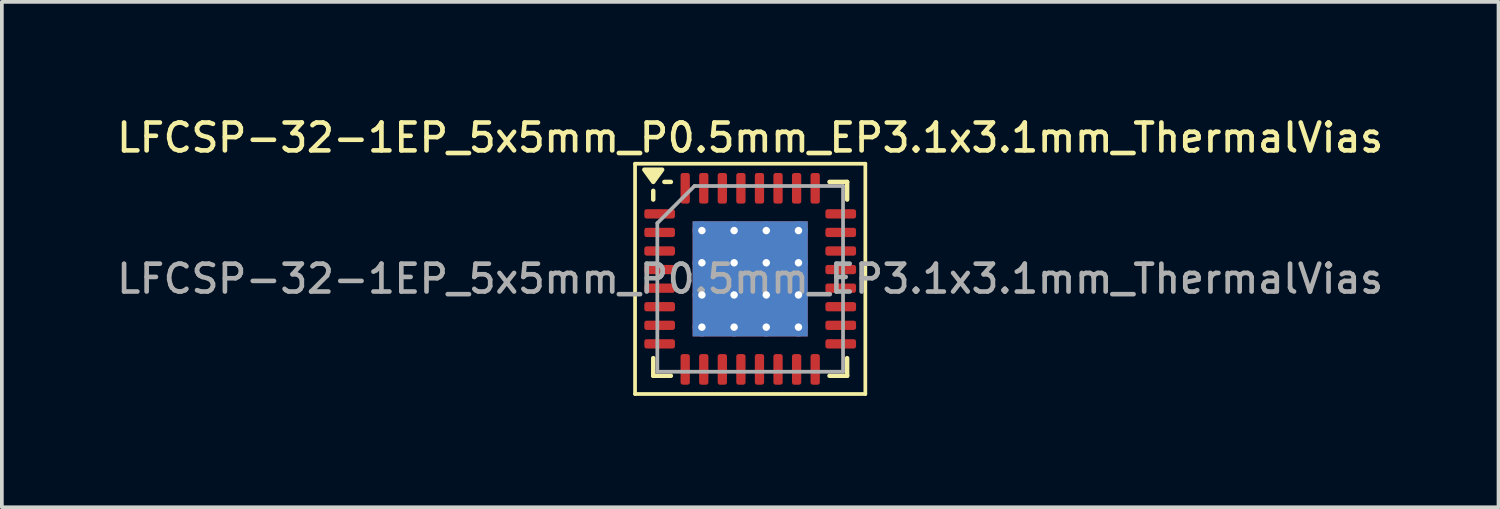
<source format=kicad_pcb>
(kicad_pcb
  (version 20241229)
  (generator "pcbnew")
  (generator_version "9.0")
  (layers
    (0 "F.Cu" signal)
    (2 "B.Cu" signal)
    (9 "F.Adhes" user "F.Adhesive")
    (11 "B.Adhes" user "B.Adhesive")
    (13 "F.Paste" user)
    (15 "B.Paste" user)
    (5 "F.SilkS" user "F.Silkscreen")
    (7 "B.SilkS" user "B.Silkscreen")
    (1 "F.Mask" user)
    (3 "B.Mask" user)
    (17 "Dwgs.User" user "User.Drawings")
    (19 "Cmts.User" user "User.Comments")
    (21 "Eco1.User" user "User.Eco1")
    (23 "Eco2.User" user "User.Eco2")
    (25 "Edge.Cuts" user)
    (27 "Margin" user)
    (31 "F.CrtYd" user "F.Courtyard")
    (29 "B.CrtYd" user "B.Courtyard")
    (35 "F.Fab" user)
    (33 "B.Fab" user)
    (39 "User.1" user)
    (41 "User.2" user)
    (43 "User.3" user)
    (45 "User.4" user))
  (footprint "LFCSP-32-1EP_5x5mm_P0.5mm_EP3.1x3.1mm_ThermalVias"
    (layer "F.Cu")
    (at 17.148 4.458)
    (property "Reference" "LFCSP-32-1EP_5x5mm_P0.5mm_EP3.1x3.1mm_ThermalVias" (at 0 -3.8 0) (layer "F.SilkS") (effects (font (size 0.75 0.75) (thickness 0.125))))
    (attr smd)
    (fp_line (start -3.1 -3.1) (end -3.1 3.1) (stroke (width 0.1) (type solid)) (layer "F.SilkS"))
    (fp_line (start -3.1 3.1) (end 3.1 3.1) (stroke (width 0.1) (type solid)) (layer "F.SilkS"))
    (fp_line (start -2.61 -2.135) (end -2.61 -2.37) (stroke (width 0.12) (type solid)) (layer "F.SilkS"))
    (fp_line (start -2.61 2.61) (end -2.61 2.135) (stroke (width 0.12) (type solid)) (layer "F.SilkS"))
    (fp_line (start -2.135 -2.61) (end -2.31 -2.61) (stroke (width 0.12) (type solid)) (layer "F.SilkS"))
    (fp_line (start -2.135 2.61) (end -2.61 2.61) (stroke (width 0.12) (type solid)) (layer "F.SilkS"))
    (fp_line (start 2.135 -2.61) (end 2.61 -2.61) (stroke (width 0.12) (type solid)) (layer "F.SilkS"))
    (fp_line (start 2.135 2.61) (end 2.61 2.61) (stroke (width 0.12) (type solid)) (layer "F.SilkS"))
    (fp_line (start 2.61 -2.61) (end 2.61 -2.135) (stroke (width 0.12) (type solid)) (layer "F.SilkS"))
    (fp_line (start 2.61 2.61) (end 2.61 2.135) (stroke (width 0.12) (type solid)) (layer "F.SilkS"))
    (fp_line (start 3.1 -3.1) (end -3.1 -3.1) (stroke (width 0.1) (type solid)) (layer "F.SilkS"))
    (fp_line (start 3.1 3.1) (end 3.1 -3.1) (stroke (width 0.1) (type solid)) (layer "F.SilkS"))
    (fp_poly (pts (xy -2.61 -2.61) (xy -2.85 -2.94) (xy -2.37 -2.94) (xy -2.61 -2.61)) (stroke (width 0.12) (type solid)) (fill yes) (layer "F.SilkS"))
    (fp_line (start -2.5 -1.5) (end -1.5 -2.5) (stroke (width 0.1) (type solid)) (layer "F.Fab"))
    (fp_line (start -2.5 2.5) (end -2.5 -1.5) (stroke (width 0.1) (type solid)) (layer "F.Fab"))
    (fp_line (start -1.5 -2.5) (end 2.5 -2.5) (stroke (width 0.1) (type solid)) (layer "F.Fab"))
    (fp_line (start 2.5 -2.5) (end 2.5 2.5) (stroke (width 0.1) (type solid)) (layer "F.Fab"))
    (fp_line (start 2.5 2.5) (end -2.5 2.5) (stroke (width 0.1) (type solid)) (layer "F.Fab"))
    (fp_text user "${REFERENCE}" (at 0 0 0) (layer "F.Fab") (effects (font (size 0.75 0.75) (thickness 0.125))))
    (pad "" smd custom (at -0.867 -0.867) (size 0.657 0.657) (layers "F.Paste") (options (anchor circle)) (primitives (gr_poly (pts (xy -0.24 -0.094) (xy -0.094 -0.24) (xy 0.094 -0.24) (xy 0.24 -0.094) (xy 0.24 0.094) (xy 0.094 0.24) (xy -0.094 0.24) (xy -0.24 0.094)) (width 0.353) (fill yes))))
    (pad "" smd custom (at -0.867 0) (size 0.657 0.657) (layers "F.Paste") (options (anchor circle)) (primitives (gr_poly (pts (xy -0.24 -0.094) (xy -0.094 -0.24) (xy 0.094 -0.24) (xy 0.24 -0.094) (xy 0.24 0.094) (xy 0.094 0.24) (xy -0.094 0.24) (xy -0.24 0.094)) (width 0.353) (fill yes))))
    (pad "" smd custom (at -0.867 0.867) (size 0.657 0.657) (layers "F.Paste") (options (anchor circle)) (primitives (gr_poly (pts (xy -0.24 -0.094) (xy -0.094 -0.24) (xy 0.094 -0.24) (xy 0.24 -0.094) (xy 0.24 0.094) (xy 0.094 0.24) (xy -0.094 0.24) (xy -0.24 0.094)) (width 0.353) (fill yes))))
    (pad "" smd custom (at 0 -0.867) (size 0.657 0.657) (layers "F.Paste") (options (anchor circle)) (primitives (gr_poly (pts (xy -0.24 -0.094) (xy -0.094 -0.24) (xy 0.094 -0.24) (xy 0.24 -0.094) (xy 0.24 0.094) (xy 0.094 0.24) (xy -0.094 0.24) (xy -0.24 0.094)) (width 0.353) (fill yes))))
    (pad "" smd custom (at 0 0) (size 0.657 0.657) (layers "F.Paste") (options (anchor circle)) (primitives (gr_poly (pts (xy -0.24 -0.094) (xy -0.094 -0.24) (xy 0.094 -0.24) (xy 0.24 -0.094) (xy 0.24 0.094) (xy 0.094 0.24) (xy -0.094 0.24) (xy -0.24 0.094)) (width 0.353) (fill yes))))
    (pad "" smd custom (at 0 0.867) (size 0.657 0.657) (layers "F.Paste") (options (anchor circle)) (primitives (gr_poly (pts (xy -0.24 -0.094) (xy -0.094 -0.24) (xy 0.094 -0.24) (xy 0.24 -0.094) (xy 0.24 0.094) (xy 0.094 0.24) (xy -0.094 0.24) (xy -0.24 0.094)) (width 0.353) (fill yes))))
    (pad "" smd custom (at 0.867 -0.867) (size 0.657 0.657) (layers "F.Paste") (options (anchor circle)) (primitives (gr_poly (pts (xy -0.24 -0.094) (xy -0.094 -0.24) (xy 0.094 -0.24) (xy 0.24 -0.094) (xy 0.24 0.094) (xy 0.094 0.24) (xy -0.094 0.24) (xy -0.24 0.094)) (width 0.353) (fill yes))))
    (pad "" smd custom (at 0.867 0) (size 0.657 0.657) (layers "F.Paste") (options (anchor circle)) (primitives (gr_poly (pts (xy -0.24 -0.094) (xy -0.094 -0.24) (xy 0.094 -0.24) (xy 0.24 -0.094) (xy 0.24 0.094) (xy 0.094 0.24) (xy -0.094 0.24) (xy -0.24 0.094)) (width 0.353) (fill yes))))
    (pad "" smd custom (at 0.867 0.867) (size 0.657 0.657) (layers "F.Paste") (options (anchor circle)) (primitives (gr_poly (pts (xy -0.24 -0.094) (xy -0.094 -0.24) (xy 0.094 -0.24) (xy 0.24 -0.094) (xy 0.24 0.094) (xy 0.094 0.24) (xy -0.094 0.24) (xy -0.24 0.094)) (width 0.353) (fill yes))))
    (pad "1" smd roundrect (at -2.438 -1.75) (size 0.825 0.25) (layers "F.Cu" "F.Mask" "F.Paste") (roundrect_rratio 0.25))
    (pad "2" smd roundrect (at -2.438 -1.25) (size 0.825 0.25) (layers "F.Cu" "F.Mask" "F.Paste") (roundrect_rratio 0.25))
    (pad "3" smd roundrect (at -2.438 -0.75) (size 0.825 0.25) (layers "F.Cu" "F.Mask" "F.Paste") (roundrect_rratio 0.25))
    (pad "4" smd roundrect (at -2.438 -0.25) (size 0.825 0.25) (layers "F.Cu" "F.Mask" "F.Paste") (roundrect_rratio 0.25))
    (pad "5" smd roundrect (at -2.438 0.25) (size 0.825 0.25) (layers "F.Cu" "F.Mask" "F.Paste") (roundrect_rratio 0.25))
    (pad "6" smd roundrect (at -2.438 0.75) (size 0.825 0.25) (layers "F.Cu" "F.Mask" "F.Paste") (roundrect_rratio 0.25))
    (pad "7" smd roundrect (at -2.438 1.25) (size 0.825 0.25) (layers "F.Cu" "F.Mask" "F.Paste") (roundrect_rratio 0.25))
    (pad "8" smd roundrect (at -2.438 1.75) (size 0.825 0.25) (layers "F.Cu" "F.Mask" "F.Paste") (roundrect_rratio 0.25))
    (pad "9" smd roundrect (at -1.75 2.438) (size 0.25 0.825) (layers "F.Cu" "F.Mask" "F.Paste") (roundrect_rratio 0.25))
    (pad "10" smd roundrect (at -1.25 2.438) (size 0.25 0.825) (layers "F.Cu" "F.Mask" "F.Paste") (roundrect_rratio 0.25))
    (pad "11" smd roundrect (at -0.75 2.438) (size 0.25 0.825) (layers "F.Cu" "F.Mask" "F.Paste") (roundrect_rratio 0.25))
    (pad "12" smd roundrect (at -0.25 2.438) (size 0.25 0.825) (layers "F.Cu" "F.Mask" "F.Paste") (roundrect_rratio 0.25))
    (pad "13" smd roundrect (at 0.25 2.438) (size 0.25 0.825) (layers "F.Cu" "F.Mask" "F.Paste") (roundrect_rratio 0.25))
    (pad "14" smd roundrect (at 0.75 2.438) (size 0.25 0.825) (layers "F.Cu" "F.Mask" "F.Paste") (roundrect_rratio 0.25))
    (pad "15" smd roundrect (at 1.25 2.438) (size 0.25 0.825) (layers "F.Cu" "F.Mask" "F.Paste") (roundrect_rratio 0.25))
    (pad "16" smd roundrect (at 1.75 2.438) (size 0.25 0.825) (layers "F.Cu" "F.Mask" "F.Paste") (roundrect_rratio 0.25))
    (pad "17" smd roundrect (at 2.438 1.75) (size 0.825 0.25) (layers "F.Cu" "F.Mask" "F.Paste") (roundrect_rratio 0.25))
    (pad "18" smd roundrect (at 2.438 1.25) (size 0.825 0.25) (layers "F.Cu" "F.Mask" "F.Paste") (roundrect_rratio 0.25))
    (pad "19" smd roundrect (at 2.438 0.75) (size 0.825 0.25) (layers "F.Cu" "F.Mask" "F.Paste") (roundrect_rratio 0.25))
    (pad "20" smd roundrect (at 2.438 0.25) (size 0.825 0.25) (layers "F.Cu" "F.Mask" "F.Paste") (roundrect_rratio 0.25))
    (pad "21" smd roundrect (at 2.438 -0.25) (size 0.825 0.25) (layers "F.Cu" "F.Mask" "F.Paste") (roundrect_rratio 0.25))
    (pad "22" smd roundrect (at 2.438 -0.75) (size 0.825 0.25) (layers "F.Cu" "F.Mask" "F.Paste") (roundrect_rratio 0.25))
    (pad "23" smd roundrect (at 2.438 -1.25) (size 0.825 0.25) (layers "F.Cu" "F.Mask" "F.Paste") (roundrect_rratio 0.25))
    (pad "24" smd roundrect (at 2.438 -1.75) (size 0.825 0.25) (layers "F.Cu" "F.Mask" "F.Paste") (roundrect_rratio 0.25))
    (pad "25" smd roundrect (at 1.75 -2.438) (size 0.25 0.825) (layers "F.Cu" "F.Mask" "F.Paste") (roundrect_rratio 0.25))
    (pad "26" smd roundrect (at 1.25 -2.438) (size 0.25 0.825) (layers "F.Cu" "F.Mask" "F.Paste") (roundrect_rratio 0.25))
    (pad "27" smd roundrect (at 0.75 -2.438) (size 0.25 0.825) (layers "F.Cu" "F.Mask" "F.Paste") (roundrect_rratio 0.25))
    (pad "28" smd roundrect (at 0.25 -2.438) (size 0.25 0.825) (layers "F.Cu" "F.Mask" "F.Paste") (roundrect_rratio 0.25))
    (pad "29" smd roundrect (at -0.25 -2.438) (size 0.25 0.825) (layers "F.Cu" "F.Mask" "F.Paste") (roundrect_rratio 0.25))
    (pad "30" smd roundrect (at -0.75 -2.438) (size 0.25 0.825) (layers "F.Cu" "F.Mask" "F.Paste") (roundrect_rratio 0.25))
    (pad "31" smd roundrect (at -1.25 -2.438) (size 0.25 0.825) (layers "F.Cu" "F.Mask" "F.Paste") (roundrect_rratio 0.25))
    (pad "32" smd roundrect (at -1.75 -2.438) (size 0.25 0.825) (layers "F.Cu" "F.Mask" "F.Paste") (roundrect_rratio 0.25))
    (pad "33" thru_hole circle (at -1.3 -1.3) (size 0.5 0.5) (drill 0.2) (property pad_prop_heatsink) (layers "*.Cu"))
    (pad "33" thru_hole circle (at -1.3 -0.433) (size 0.5 0.5) (drill 0.2) (property pad_prop_heatsink) (layers "*.Cu"))
    (pad "33" thru_hole circle (at -1.3 0.433) (size 0.5 0.5) (drill 0.2) (property pad_prop_heatsink) (layers "*.Cu"))
    (pad "33" thru_hole circle (at -1.3 1.3) (size 0.5 0.5) (drill 0.2) (property pad_prop_heatsink) (layers "*.Cu"))
    (pad "33" thru_hole circle (at -0.433 -1.3) (size 0.5 0.5) (drill 0.2) (property pad_prop_heatsink) (layers "*.Cu"))
    (pad "33" thru_hole circle (at -0.433 -0.433) (size 0.5 0.5) (drill 0.2) (property pad_prop_heatsink) (layers "*.Cu"))
    (pad "33" thru_hole circle (at -0.433 0.433) (size 0.5 0.5) (drill 0.2) (property pad_prop_heatsink) (layers "*.Cu"))
    (pad "33" thru_hole circle (at -0.433 1.3) (size 0.5 0.5) (drill 0.2) (property pad_prop_heatsink) (layers "*.Cu"))
    (pad "33" smd rect (at 0 0) (size 3.1 3.1) (property pad_prop_heatsink) (layers "F.Cu" "F.Mask"))
    (pad "33" smd rect (at 0 0) (size 3.1 3.1) (property pad_prop_heatsink) (layers "B.Cu"))
    (pad "33" thru_hole circle (at 0.433 -1.3) (size 0.5 0.5) (drill 0.2) (property pad_prop_heatsink) (layers "*.Cu"))
    (pad "33" thru_hole circle (at 0.433 -0.433) (size 0.5 0.5) (drill 0.2) (property pad_prop_heatsink) (layers "*.Cu"))
    (pad "33" thru_hole circle (at 0.433 0.433) (size 0.5 0.5) (drill 0.2) (property pad_prop_heatsink) (layers "*.Cu"))
    (pad "33" thru_hole circle (at 0.433 1.3) (size 0.5 0.5) (drill 0.2) (property pad_prop_heatsink) (layers "*.Cu"))
    (pad "33" thru_hole circle (at 1.3 -1.3) (size 0.5 0.5) (drill 0.2) (property pad_prop_heatsink) (layers "*.Cu"))
    (pad "33" thru_hole circle (at 1.3 -0.433) (size 0.5 0.5) (drill 0.2) (property pad_prop_heatsink) (layers "*.Cu"))
    (pad "33" thru_hole circle (at 1.3 0.433) (size 0.5 0.5) (drill 0.2) (property pad_prop_heatsink) (layers "*.Cu"))
    (pad "33" thru_hole circle (at 1.3 1.3) (size 0.5 0.5) (drill 0.2) (property pad_prop_heatsink) (layers "*.Cu")))
  (gr_rect
    (start -3 -3)
    (end 37.296 10.608)
    (stroke (width 0.1) (type default))
    (fill no)
    (layer "Edge.Cuts")))
</source>
